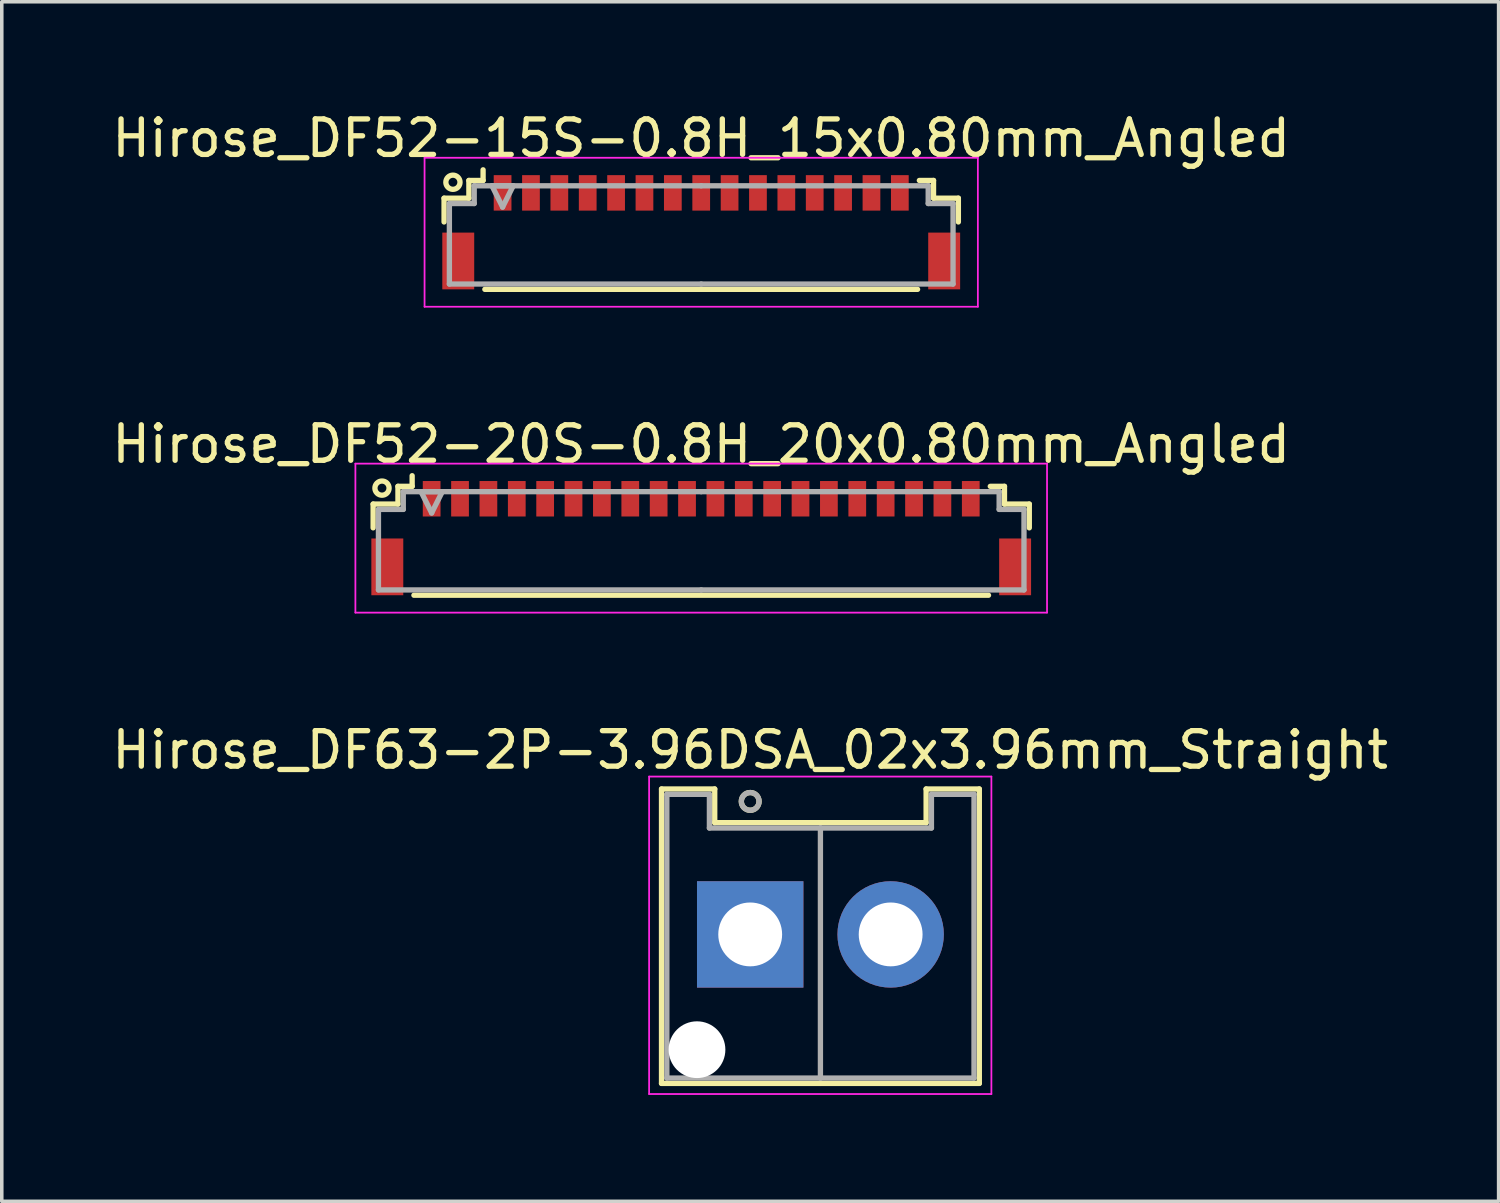
<source format=kicad_pcb>
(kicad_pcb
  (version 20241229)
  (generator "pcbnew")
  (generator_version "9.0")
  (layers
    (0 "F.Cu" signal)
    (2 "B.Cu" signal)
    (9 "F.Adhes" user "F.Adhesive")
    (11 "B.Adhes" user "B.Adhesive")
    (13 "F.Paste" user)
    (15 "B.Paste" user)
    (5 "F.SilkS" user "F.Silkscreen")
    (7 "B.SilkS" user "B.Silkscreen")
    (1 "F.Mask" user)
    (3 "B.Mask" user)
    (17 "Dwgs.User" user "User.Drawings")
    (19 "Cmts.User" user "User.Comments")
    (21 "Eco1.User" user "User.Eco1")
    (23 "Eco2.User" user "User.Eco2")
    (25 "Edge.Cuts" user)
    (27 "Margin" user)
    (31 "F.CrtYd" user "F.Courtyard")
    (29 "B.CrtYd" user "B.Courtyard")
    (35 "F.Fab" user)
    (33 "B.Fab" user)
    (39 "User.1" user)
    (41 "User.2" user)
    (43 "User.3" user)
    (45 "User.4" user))
  (footprint "Hirose_DF52-15S-0.8H_15x0.80mm_Angled"
    (layer "F.Cu")
    (at 16.72 3.348)
    (property "Reference" "Hirose_DF52-15S-0.8H_15x0.80mm_Angled" (at 0 -2.5 0) (layer "F.SilkS") (effects (font (size 1 1) (thickness 0.15))))
    (attr smd)
    (fp_line (start -7.25 -0.81) (end -7.25 -0.14) (stroke (width 0.15) (type solid)) (layer "F.SilkS"))
    (fp_line (start -6.55 -1.31) (end -6.55 -0.81) (stroke (width 0.15) (type solid)) (layer "F.SilkS"))
    (fp_line (start -6.55 -0.81) (end -7.25 -0.81) (stroke (width 0.15) (type solid)) (layer "F.SilkS"))
    (fp_line (start -6.15 -1.61) (end -6.15 -1.31) (stroke (width 0.15) (type solid)) (layer "F.SilkS"))
    (fp_line (start -6.15 -1.31) (end -6.55 -1.31) (stroke (width 0.15) (type solid)) (layer "F.SilkS"))
    (fp_line (start -6.1 1.76) (end 6.1 1.76) (stroke (width 0.15) (type solid)) (layer "F.SilkS"))
    (fp_line (start 6.15 -1.31) (end 6.55 -1.31) (stroke (width 0.15) (type solid)) (layer "F.SilkS"))
    (fp_line (start 6.55 -1.31) (end 6.55 -0.81) (stroke (width 0.15) (type solid)) (layer "F.SilkS"))
    (fp_line (start 6.55 -0.81) (end 7.25 -0.81) (stroke (width 0.15) (type solid)) (layer "F.SilkS"))
    (fp_line (start 7.25 -0.81) (end 7.25 -0.14) (stroke (width 0.15) (type solid)) (layer "F.SilkS"))
    (fp_circle (center -7 -1.26) (end -6.8 -1.26) (stroke (width 0.15) (type solid)) (fill no) (layer "F.SilkS"))
    (fp_line (start -7.8 -1.95) (end -7.8 2.25) (stroke (width 0.05) (type solid)) (layer "F.CrtYd"))
    (fp_line (start -7.8 2.25) (end 7.8 2.25) (stroke (width 0.05) (type solid)) (layer "F.CrtYd"))
    (fp_line (start 7.8 -1.95) (end -7.8 -1.95) (stroke (width 0.05) (type solid)) (layer "F.CrtYd"))
    (fp_line (start 7.8 2.25) (end 7.8 -1.95) (stroke (width 0.05) (type solid)) (layer "F.CrtYd"))
    (fp_line (start -7.1 -0.66) (end -7.1 1.61) (stroke (width 0.15) (type solid)) (layer "F.Fab"))
    (fp_line (start -7.1 1.61) (end 0 1.61) (stroke (width 0.15) (type solid)) (layer "F.Fab"))
    (fp_line (start -6.4 -1.16) (end -6.4 -1.16) (stroke (width 0.15) (type solid)) (layer "F.Fab"))
    (fp_line (start -6.4 -1.16) (end -6.4 -0.66) (stroke (width 0.15) (type solid)) (layer "F.Fab"))
    (fp_line (start -6.4 -0.66) (end -7.1 -0.66) (stroke (width 0.15) (type solid)) (layer "F.Fab"))
    (fp_line (start -5.9 -1.16) (end -5.3 -1.16) (stroke (width 0.15) (type solid)) (layer "F.Fab"))
    (fp_line (start -5.6 -0.56) (end -5.9 -1.16) (stroke (width 0.15) (type solid)) (layer "F.Fab"))
    (fp_line (start -5.3 -1.16) (end -5.6 -0.56) (stroke (width 0.15) (type solid)) (layer "F.Fab"))
    (fp_line (start 0 -1.16) (end -6.4 -1.16) (stroke (width 0.15) (type solid)) (layer "F.Fab"))
    (fp_line (start 0 -1.16) (end 6.4 -1.16) (stroke (width 0.15) (type solid)) (layer "F.Fab"))
    (fp_line (start 6.4 -1.16) (end 6.4 -1.16) (stroke (width 0.15) (type solid)) (layer "F.Fab"))
    (fp_line (start 6.4 -1.16) (end 6.4 -0.66) (stroke (width 0.15) (type solid)) (layer "F.Fab"))
    (fp_line (start 6.4 -0.66) (end 7.1 -0.66) (stroke (width 0.15) (type solid)) (layer "F.Fab"))
    (fp_line (start 7.1 -0.66) (end 7.1 1.61) (stroke (width 0.15) (type solid)) (layer "F.Fab"))
    (fp_line (start 7.1 1.61) (end 0 1.61) (stroke (width 0.15) (type solid)) (layer "F.Fab"))
    (pad "" smd rect (at -6.85 0.96) (size 0.9 1.6) (layers "F.Cu" "F.Mask" "F.Paste"))
    (pad "" smd rect (at 6.85 0.96) (size 0.9 1.6) (layers "F.Cu" "F.Mask" "F.Paste"))
    (pad "1" smd rect (at -5.6 -0.96) (size 0.5 1) (layers "F.Cu" "F.Mask" "F.Paste"))
    (pad "2" smd rect (at -4.8 -0.96) (size 0.5 1) (layers "F.Cu" "F.Mask" "F.Paste"))
    (pad "3" smd rect (at -4 -0.96) (size 0.5 1) (layers "F.Cu" "F.Mask" "F.Paste"))
    (pad "4" smd rect (at -3.2 -0.96) (size 0.5 1) (layers "F.Cu" "F.Mask" "F.Paste"))
    (pad "5" smd rect (at -2.4 -0.96) (size 0.5 1) (layers "F.Cu" "F.Mask" "F.Paste"))
    (pad "6" smd rect (at -1.6 -0.96) (size 0.5 1) (layers "F.Cu" "F.Mask" "F.Paste"))
    (pad "7" smd rect (at -0.8 -0.96) (size 0.5 1) (layers "F.Cu" "F.Mask" "F.Paste"))
    (pad "8" smd rect (at 0 -0.96) (size 0.5 1) (layers "F.Cu" "F.Mask" "F.Paste"))
    (pad "9" smd rect (at 0.8 -0.96) (size 0.5 1) (layers "F.Cu" "F.Mask" "F.Paste"))
    (pad "10" smd rect (at 1.6 -0.96) (size 0.5 1) (layers "F.Cu" "F.Mask" "F.Paste"))
    (pad "11" smd rect (at 2.4 -0.96) (size 0.5 1) (layers "F.Cu" "F.Mask" "F.Paste"))
    (pad "12" smd rect (at 3.2 -0.96) (size 0.5 1) (layers "F.Cu" "F.Mask" "F.Paste"))
    (pad "13" smd rect (at 4 -0.96) (size 0.5 1) (layers "F.Cu" "F.Mask" "F.Paste"))
    (pad "14" smd rect (at 4.8 -0.96) (size 0.5 1) (layers "F.Cu" "F.Mask" "F.Paste"))
    (pad "15" smd rect (at 5.6 -0.96) (size 0.5 1) (layers "F.Cu" "F.Mask" "F.Paste")))
  (footprint "Hirose_DF63-2P-3.96DSA_02x3.96mm_Straight"
    (layer "F.Cu")
    (at 18.101 23.295)
    (property "Reference" "Hirose_DF63-2P-3.96DSA_02x3.96mm_Straight" (at 0 -5.2 0) (layer "F.SilkS") (effects (font (size 1 1) (thickness 0.15))))
    (attr through_hole)
    (fp_line (start -2.5 -4.1) (end -1 -4.1) (stroke (width 0.15) (type solid)) (layer "F.SilkS"))
    (fp_line (start -2.5 4.2) (end -2.5 -4.1) (stroke (width 0.15) (type solid)) (layer "F.SilkS"))
    (fp_line (start -1 -4.1) (end -1 -3.15) (stroke (width 0.15) (type solid)) (layer "F.SilkS"))
    (fp_line (start -1 -3.15) (end 1.98 -3.15) (stroke (width 0.15) (type solid)) (layer "F.SilkS"))
    (fp_line (start 1.98 4.2) (end -2.5 4.2) (stroke (width 0.15) (type solid)) (layer "F.SilkS"))
    (fp_line (start 1.98 4.2) (end 6.46 4.2) (stroke (width 0.15) (type solid)) (layer "F.SilkS"))
    (fp_line (start 4.96 -4.1) (end 4.96 -3.15) (stroke (width 0.15) (type solid)) (layer "F.SilkS"))
    (fp_line (start 4.96 -3.15) (end 1.98 -3.15) (stroke (width 0.15) (type solid)) (layer "F.SilkS"))
    (fp_line (start 6.46 -4.1) (end 4.96 -4.1) (stroke (width 0.15) (type solid)) (layer "F.SilkS"))
    (fp_line (start 6.46 4.2) (end 6.46 -4.1) (stroke (width 0.15) (type solid)) (layer "F.SilkS"))
    (fp_circle (center 0 -3.75) (end 0.25 -3.75) (stroke (width 0.15) (type solid)) (fill no) (layer "F.SilkS"))
    (fp_line (start -2.85 -4.45) (end -2.85 4.5) (stroke (width 0.05) (type solid)) (layer "F.CrtYd"))
    (fp_line (start -2.85 4.5) (end 6.8 4.5) (stroke (width 0.05) (type solid)) (layer "F.CrtYd"))
    (fp_line (start 6.8 -4.45) (end -2.85 -4.45) (stroke (width 0.05) (type solid)) (layer "F.CrtYd"))
    (fp_line (start 6.8 4.5) (end 6.8 -4.45) (stroke (width 0.05) (type solid)) (layer "F.CrtYd"))
    (fp_line (start -2.35 -3.95) (end -1.15 -3.95) (stroke (width 0.15) (type solid)) (layer "F.Fab"))
    (fp_line (start -2.35 4.05) (end -2.35 -3.95) (stroke (width 0.15) (type solid)) (layer "F.Fab"))
    (fp_line (start -1.15 -3.95) (end -1.15 -3) (stroke (width 0.15) (type solid)) (layer "F.Fab"))
    (fp_line (start -1.15 -3) (end 1.98 -3) (stroke (width 0.15) (type solid)) (layer "F.Fab"))
    (fp_line (start 1.98 -3) (end 1.98 4.05) (stroke (width 0.15) (type solid)) (layer "F.Fab"))
    (fp_line (start 1.98 4.05) (end -2.35 4.05) (stroke (width 0.15) (type solid)) (layer "F.Fab"))
    (fp_line (start 1.98 4.05) (end 6.31 4.05) (stroke (width 0.15) (type solid)) (layer "F.Fab"))
    (fp_line (start 5.11 -3.95) (end 5.11 -3) (stroke (width 0.15) (type solid)) (layer "F.Fab"))
    (fp_line (start 5.11 -3) (end 1.98 -3) (stroke (width 0.15) (type solid)) (layer "F.Fab"))
    (fp_line (start 6.31 -3.95) (end 5.11 -3.95) (stroke (width 0.15) (type solid)) (layer "F.Fab"))
    (fp_line (start 6.31 4.05) (end 6.31 -3.95) (stroke (width 0.15) (type solid)) (layer "F.Fab"))
    (fp_circle (center 0 -3.75) (end 0.25 -3.75) (stroke (width 0.15) (type solid)) (fill no) (layer "F.Fab"))
    (pad "" np_thru_hole circle (at -1.5 3.25) (size 1.6 1.6) (drill 1.6) (layers "*.Cu" "*.Mask"))
    (pad "1" thru_hole rect (at 0 0) (size 3 3) (drill 1.8) (layers "*.Cu" "*.Mask"))
    (pad "2" thru_hole circle (at 3.96 0) (size 3 3) (drill 1.8) (layers "*.Cu" "*.Mask")))
  (footprint "Hirose_DF52-20S-0.8H_20x0.80mm_Angled"
    (layer "F.Cu")
    (at 16.72 11.972)
    (property "Reference" "Hirose_DF52-20S-0.8H_20x0.80mm_Angled" (at 0 -2.5 0) (layer "F.SilkS") (effects (font (size 1 1) (thickness 0.15))))
    (attr smd)
    (fp_line (start -9.25 -0.81) (end -9.25 -0.14) (stroke (width 0.15) (type solid)) (layer "F.SilkS"))
    (fp_line (start -8.55 -1.31) (end -8.55 -0.81) (stroke (width 0.15) (type solid)) (layer "F.SilkS"))
    (fp_line (start -8.55 -0.81) (end -9.25 -0.81) (stroke (width 0.15) (type solid)) (layer "F.SilkS"))
    (fp_line (start -8.15 -1.61) (end -8.15 -1.31) (stroke (width 0.15) (type solid)) (layer "F.SilkS"))
    (fp_line (start -8.15 -1.31) (end -8.55 -1.31) (stroke (width 0.15) (type solid)) (layer "F.SilkS"))
    (fp_line (start -8.1 1.76) (end 8.1 1.76) (stroke (width 0.15) (type solid)) (layer "F.SilkS"))
    (fp_line (start 8.15 -1.31) (end 8.55 -1.31) (stroke (width 0.15) (type solid)) (layer "F.SilkS"))
    (fp_line (start 8.55 -1.31) (end 8.55 -0.81) (stroke (width 0.15) (type solid)) (layer "F.SilkS"))
    (fp_line (start 8.55 -0.81) (end 9.25 -0.81) (stroke (width 0.15) (type solid)) (layer "F.SilkS"))
    (fp_line (start 9.25 -0.81) (end 9.25 -0.14) (stroke (width 0.15) (type solid)) (layer "F.SilkS"))
    (fp_circle (center -9 -1.26) (end -8.8 -1.26) (stroke (width 0.15) (type solid)) (fill no) (layer "F.SilkS"))
    (fp_line (start -9.75 -1.95) (end -9.75 2.25) (stroke (width 0.05) (type solid)) (layer "F.CrtYd"))
    (fp_line (start -9.75 2.25) (end 9.75 2.25) (stroke (width 0.05) (type solid)) (layer "F.CrtYd"))
    (fp_line (start 9.75 -1.95) (end -9.75 -1.95) (stroke (width 0.05) (type solid)) (layer "F.CrtYd"))
    (fp_line (start 9.75 2.25) (end 9.75 -1.95) (stroke (width 0.05) (type solid)) (layer "F.CrtYd"))
    (fp_line (start -9.1 -0.66) (end -9.1 1.61) (stroke (width 0.15) (type solid)) (layer "F.Fab"))
    (fp_line (start -9.1 1.61) (end 0 1.61) (stroke (width 0.15) (type solid)) (layer "F.Fab"))
    (fp_line (start -8.4 -1.16) (end -8.4 -1.16) (stroke (width 0.15) (type solid)) (layer "F.Fab"))
    (fp_line (start -8.4 -1.16) (end -8.4 -0.66) (stroke (width 0.15) (type solid)) (layer "F.Fab"))
    (fp_line (start -8.4 -0.66) (end -9.1 -0.66) (stroke (width 0.15) (type solid)) (layer "F.Fab"))
    (fp_line (start -7.9 -1.16) (end -7.3 -1.16) (stroke (width 0.15) (type solid)) (layer "F.Fab"))
    (fp_line (start -7.6 -0.56) (end -7.9 -1.16) (stroke (width 0.15) (type solid)) (layer "F.Fab"))
    (fp_line (start -7.3 -1.16) (end -7.6 -0.56) (stroke (width 0.15) (type solid)) (layer "F.Fab"))
    (fp_line (start 0 -1.16) (end -8.4 -1.16) (stroke (width 0.15) (type solid)) (layer "F.Fab"))
    (fp_line (start 0 -1.16) (end 8.4 -1.16) (stroke (width 0.15) (type solid)) (layer "F.Fab"))
    (fp_line (start 8.4 -1.16) (end 8.4 -1.16) (stroke (width 0.15) (type solid)) (layer "F.Fab"))
    (fp_line (start 8.4 -1.16) (end 8.4 -0.66) (stroke (width 0.15) (type solid)) (layer "F.Fab"))
    (fp_line (start 8.4 -0.66) (end 9.1 -0.66) (stroke (width 0.15) (type solid)) (layer "F.Fab"))
    (fp_line (start 9.1 -0.66) (end 9.1 1.61) (stroke (width 0.15) (type solid)) (layer "F.Fab"))
    (fp_line (start 9.1 1.61) (end 0 1.61) (stroke (width 0.15) (type solid)) (layer "F.Fab"))
    (pad "" smd rect (at -8.85 0.96) (size 0.9 1.6) (layers "F.Cu" "F.Mask" "F.Paste"))
    (pad "" smd rect (at 8.85 0.96) (size 0.9 1.6) (layers "F.Cu" "F.Mask" "F.Paste"))
    (pad "1" smd rect (at -7.6 -0.96) (size 0.5 1) (layers "F.Cu" "F.Mask" "F.Paste"))
    (pad "2" smd rect (at -6.8 -0.96) (size 0.5 1) (layers "F.Cu" "F.Mask" "F.Paste"))
    (pad "3" smd rect (at -6 -0.96) (size 0.5 1) (layers "F.Cu" "F.Mask" "F.Paste"))
    (pad "4" smd rect (at -5.2 -0.96) (size 0.5 1) (layers "F.Cu" "F.Mask" "F.Paste"))
    (pad "5" smd rect (at -4.4 -0.96) (size 0.5 1) (layers "F.Cu" "F.Mask" "F.Paste"))
    (pad "6" smd rect (at -3.6 -0.96) (size 0.5 1) (layers "F.Cu" "F.Mask" "F.Paste"))
    (pad "7" smd rect (at -2.8 -0.96) (size 0.5 1) (layers "F.Cu" "F.Mask" "F.Paste"))
    (pad "8" smd rect (at -2 -0.96) (size 0.5 1) (layers "F.Cu" "F.Mask" "F.Paste"))
    (pad "9" smd rect (at -1.2 -0.96) (size 0.5 1) (layers "F.Cu" "F.Mask" "F.Paste"))
    (pad "10" smd rect (at -0.4 -0.96) (size 0.5 1) (layers "F.Cu" "F.Mask" "F.Paste"))
    (pad "11" smd rect (at 0.4 -0.96) (size 0.5 1) (layers "F.Cu" "F.Mask" "F.Paste"))
    (pad "12" smd rect (at 1.2 -0.96) (size 0.5 1) (layers "F.Cu" "F.Mask" "F.Paste"))
    (pad "13" smd rect (at 2 -0.96) (size 0.5 1) (layers "F.Cu" "F.Mask" "F.Paste"))
    (pad "14" smd rect (at 2.8 -0.96) (size 0.5 1) (layers "F.Cu" "F.Mask" "F.Paste"))
    (pad "15" smd rect (at 3.6 -0.96) (size 0.5 1) (layers "F.Cu" "F.Mask" "F.Paste"))
    (pad "16" smd rect (at 4.4 -0.96) (size 0.5 1) (layers "F.Cu" "F.Mask" "F.Paste"))
    (pad "17" smd rect (at 5.2 -0.96) (size 0.5 1) (layers "F.Cu" "F.Mask" "F.Paste"))
    (pad "18" smd rect (at 6 -0.96) (size 0.5 1) (layers "F.Cu" "F.Mask" "F.Paste"))
    (pad "19" smd rect (at 6.8 -0.96) (size 0.5 1) (layers "F.Cu" "F.Mask" "F.Paste"))
    (pad "20" smd rect (at 7.6 -0.96) (size 0.5 1) (layers "F.Cu" "F.Mask" "F.Paste")))
  (gr_rect
    (start -3 -3)
    (end 39.202 30.82)
    (stroke (width 0.1) (type default))
    (fill no)
    (layer "Edge.Cuts")))
</source>
